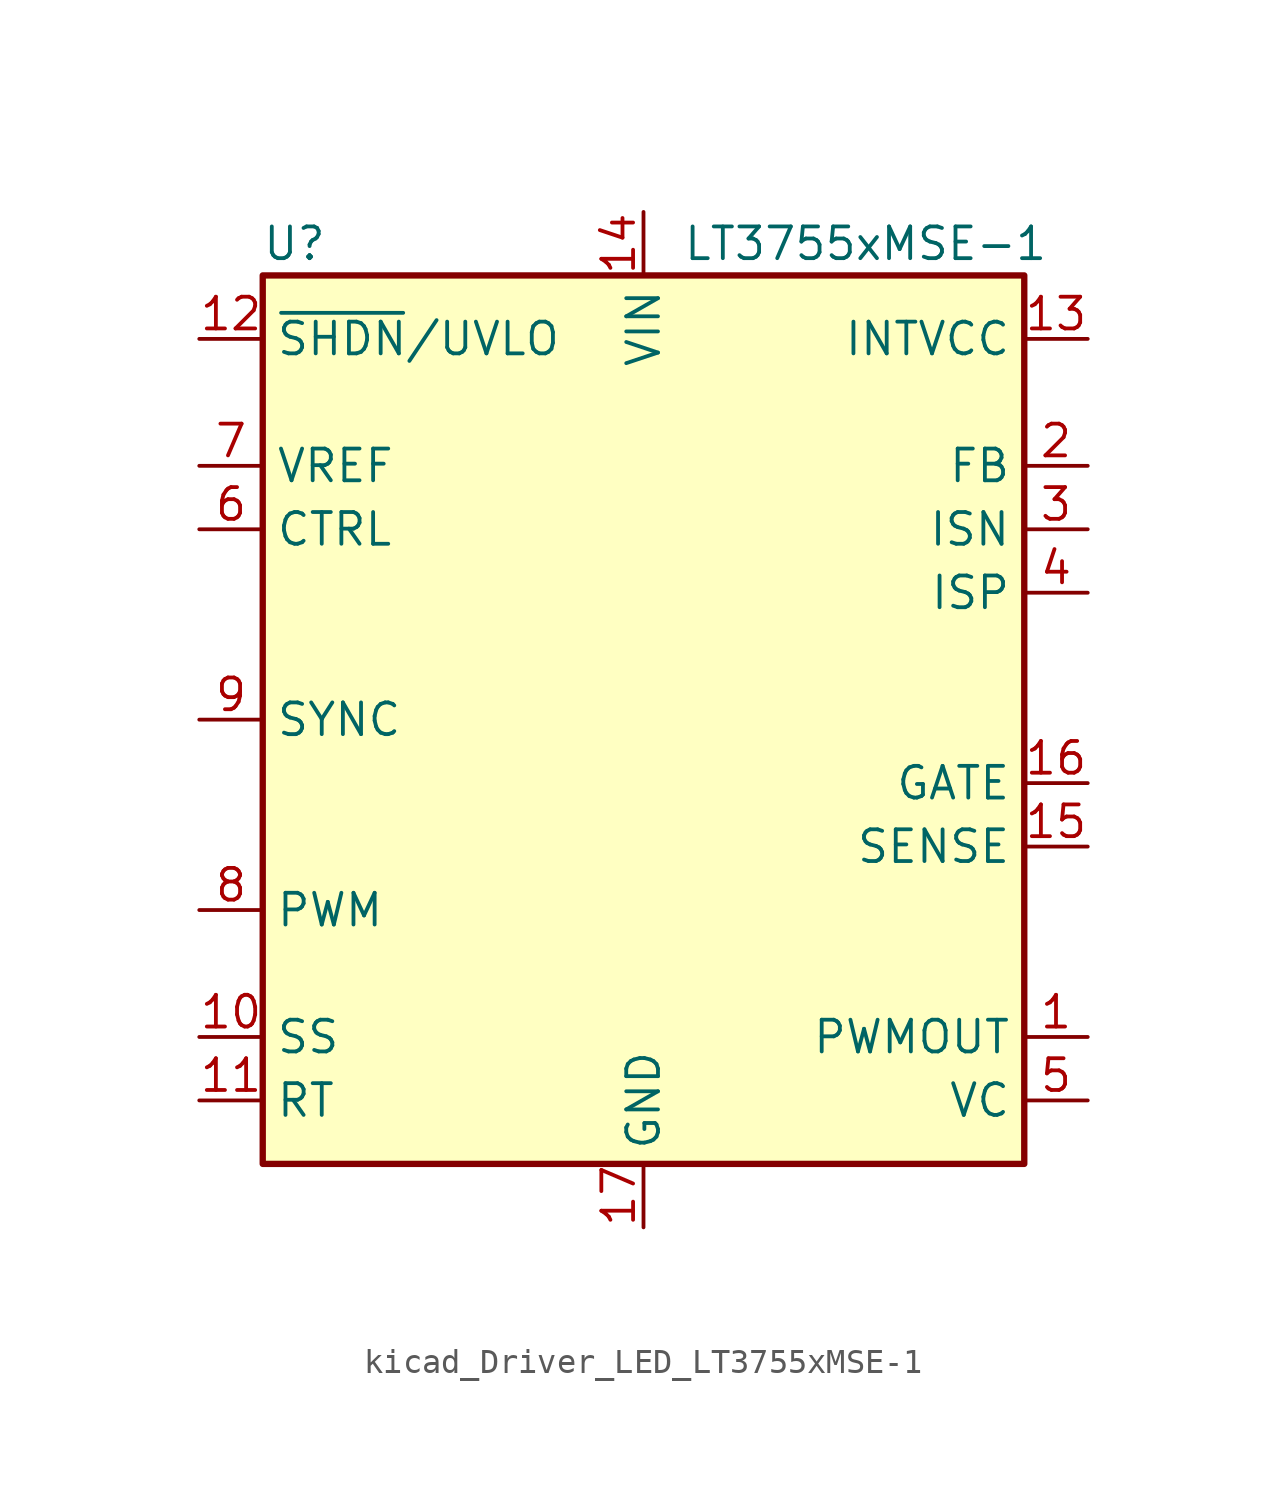
<source format=kicad_sym>
(kicad_symbol_lib
  (version 20220914)
  (generator kicad_symbol_editor)
  (symbol "kicad_Driver_LED_LT3755xMSE-1"
    (property "Reference" "U"
      (at -13.97 19.05 0)
      (effects (font (size 1.27 1.27))))
    (property "Value" "LT3755xMSE-1"
      (at 8.89 19.05 0)
      (effects (font (size 1.27 1.27))))
    (symbol "kicad_Driver_LED_LT3755xMSE-1_0_1"
      (rectangle (start -15.24 -17.78) (end 15.24 17.78) (stroke (width 0.254) (type default)) (fill (type background))))
    (symbol "kicad_Driver_LED_LT3755xMSE-1_1_1"
      (pin output line (at 17.78 -12.7 180) (length 2.54) (name "PWMOUT" (effects (font (size 1.27 1.27)))) (number "1" (effects (font (size 1.27 1.27)))))
      (pin input line (at -17.78 -12.7 0) (length 2.54) (name "SS" (effects (font (size 1.27 1.27)))) (number "10" (effects (font (size 1.27 1.27)))))
      (pin input line (at -17.78 -15.24 0) (length 2.54) (name "RT" (effects (font (size 1.27 1.27)))) (number "11" (effects (font (size 1.27 1.27)))))
      (pin input line (at -17.78 15.24 0) (length 2.54) (name "~{SHDN}/UVLO" (effects (font (size 1.27 1.27)))) (number "12" (effects (font (size 1.27 1.27)))))
      (pin power_out line (at 17.78 15.24 180) (length 2.54) (name "INTVCC" (effects (font (size 1.27 1.27)))) (number "13" (effects (font (size 1.27 1.27)))))
      (pin power_in line (at 0 20.32 270) (length 2.54) (name "VIN" (effects (font (size 1.27 1.27)))) (number "14" (effects (font (size 1.27 1.27)))))
      (pin input line (at 17.78 -5.08 180) (length 2.54) (name "SENSE" (effects (font (size 1.27 1.27)))) (number "15" (effects (font (size 1.27 1.27)))))
      (pin output line (at 17.78 -2.54 180) (length 2.54) (name "GATE" (effects (font (size 1.27 1.27)))) (number "16" (effects (font (size 1.27 1.27)))))
      (pin power_in line (at 0 -20.32 90) (length 2.54) (name "GND" (effects (font (size 1.27 1.27)))) (number "17" (effects (font (size 1.27 1.27)))))
      (pin input line (at 17.78 10.16 180) (length 2.54) (name "FB" (effects (font (size 1.27 1.27)))) (number "2" (effects (font (size 1.27 1.27)))))
      (pin input line (at 17.78 7.62 180) (length 2.54) (name "ISN" (effects (font (size 1.27 1.27)))) (number "3" (effects (font (size 1.27 1.27)))))
      (pin input line (at 17.78 5.08 180) (length 2.54) (name "ISP" (effects (font (size 1.27 1.27)))) (number "4" (effects (font (size 1.27 1.27)))))
      (pin output line (at 17.78 -15.24 180) (length 2.54) (name "VC" (effects (font (size 1.27 1.27)))) (number "5" (effects (font (size 1.27 1.27)))))
      (pin input line (at -17.78 7.62 0) (length 2.54) (name "CTRL" (effects (font (size 1.27 1.27)))) (number "6" (effects (font (size 1.27 1.27)))))
      (pin output line (at -17.78 10.16 0) (length 2.54) (name "VREF" (effects (font (size 1.27 1.27)))) (number "7" (effects (font (size 1.27 1.27)))))
      (pin input line (at -17.78 -7.62 0) (length 2.54) (name "PWM" (effects (font (size 1.27 1.27)))) (number "8" (effects (font (size 1.27 1.27)))))
      (pin input line (at -17.78 0 0) (length 2.54) (name "SYNC" (effects (font (size 1.27 1.27)))) (number "9" (effects (font (size 1.27 1.27))))))))
</source>
